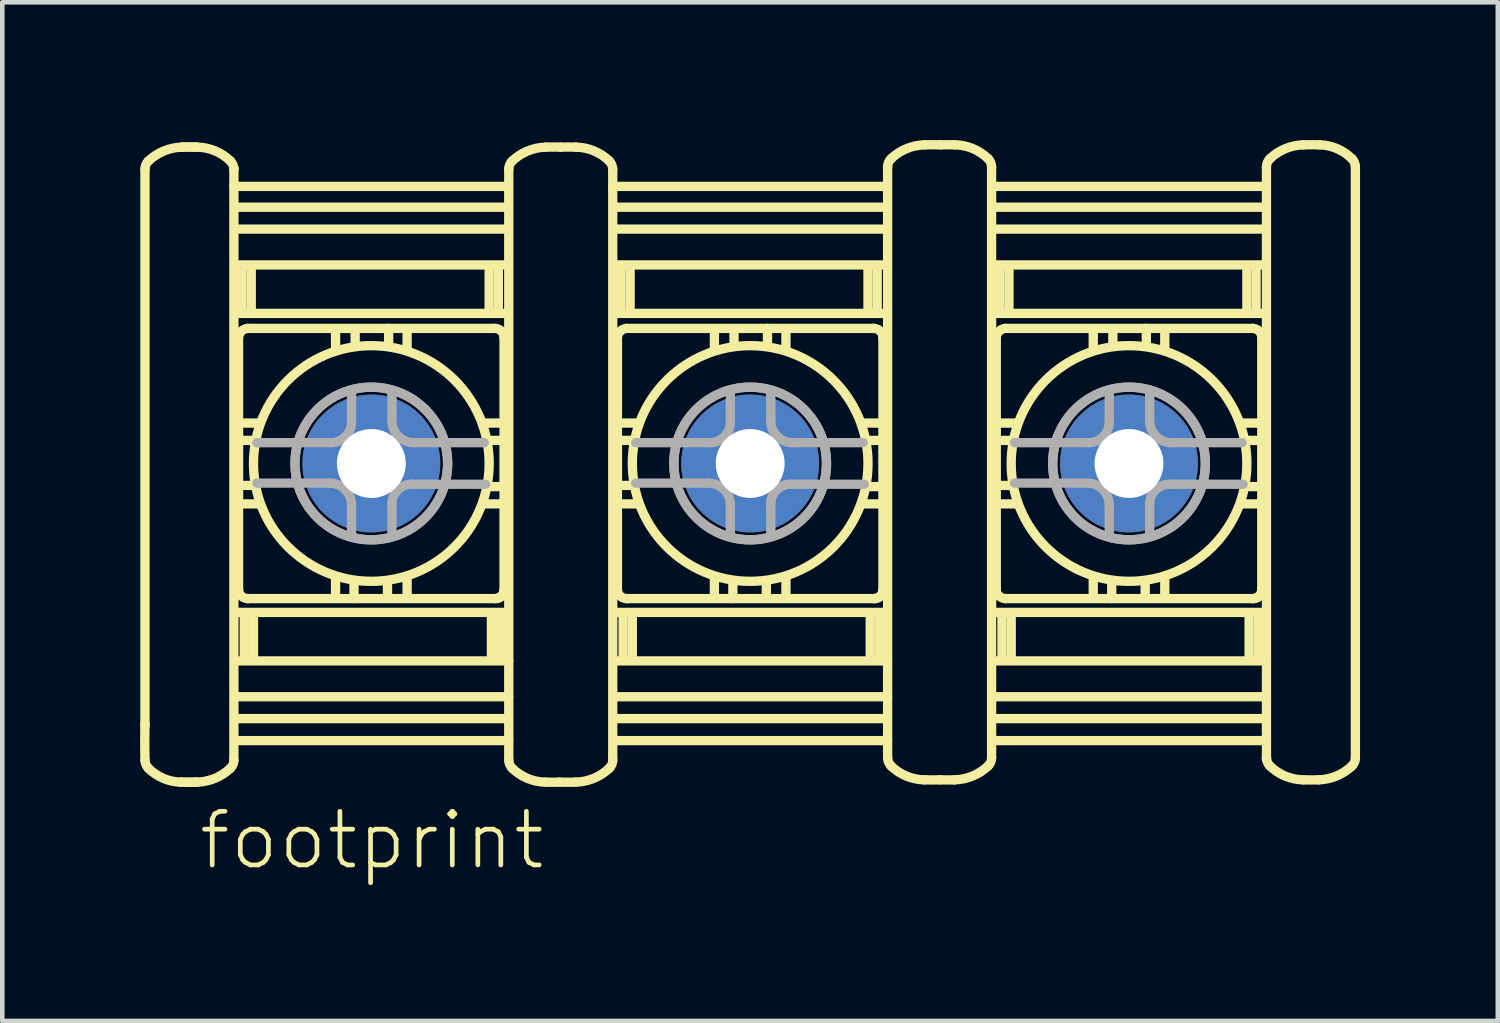
<source format=kicad_pcb>
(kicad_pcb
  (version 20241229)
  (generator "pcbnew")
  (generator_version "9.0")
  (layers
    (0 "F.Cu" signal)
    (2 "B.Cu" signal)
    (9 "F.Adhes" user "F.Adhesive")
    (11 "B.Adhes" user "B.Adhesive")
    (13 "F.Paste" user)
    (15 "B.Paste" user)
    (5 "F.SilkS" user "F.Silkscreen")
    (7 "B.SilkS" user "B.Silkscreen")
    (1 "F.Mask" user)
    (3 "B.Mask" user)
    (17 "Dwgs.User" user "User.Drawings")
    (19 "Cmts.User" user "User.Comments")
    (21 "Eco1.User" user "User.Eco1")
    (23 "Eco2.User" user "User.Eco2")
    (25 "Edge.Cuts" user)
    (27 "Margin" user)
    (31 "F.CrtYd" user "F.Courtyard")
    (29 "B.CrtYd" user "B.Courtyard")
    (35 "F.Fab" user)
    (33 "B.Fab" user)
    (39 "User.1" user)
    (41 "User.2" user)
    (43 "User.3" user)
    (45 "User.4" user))
  (footprint "footprint"
    (layer "F.Cu")
    (at 13.286 7.043)
    (property "Reference" "footprint" (at -12.06 8.89 0) (layer "F.SilkS") (effects (font (size 1.168 1.168) (thickness 0.102)) (justify left bottom)))
    (fp_line (start -13.179 -6.411) (end -13.179 5.682) (stroke (width 0.203) (type solid)) (layer "F.SilkS"))
    (fp_line (start -13.179 5.682) (end -13.179 5.707) (stroke (width 0.203) (type solid)) (layer "F.SilkS"))
    (fp_line (start -11.243 -6.411) (end -11.243 -6.436) (stroke (width 0.203) (type solid)) (layer "F.SilkS"))
    (fp_line (start -11.243 6.461) (end -11.243 -6.411) (stroke (width 0.203) (type solid)) (layer "F.SilkS"))
    (fp_line (start -11.217 3.243) (end -5.308 3.243) (stroke (width 0.203) (type solid)) (layer "F.SilkS"))
    (fp_line (start -11.217 4.299) (end -5.258 4.299) (stroke (width 0.203) (type solid)) (layer "F.SilkS"))
    (fp_line (start -11.217 5.079) (end -5.258 5.079) (stroke (width 0.203) (type solid)) (layer "F.SilkS"))
    (fp_line (start -11.217 5.556) (end -5.283 5.556) (stroke (width 0.203) (type solid)) (layer "F.SilkS"))
    (fp_line (start -11.217 6.034) (end -5.258 6.034) (stroke (width 0.203) (type solid)) (layer "F.SilkS"))
    (fp_line (start -11.192 0.88) (end -10.689 0.88) (stroke (width 0.203) (type solid)) (layer "F.SilkS"))
    (fp_line (start -11.141 -2.741) (end -11.141 2.74) (stroke (width 0.203) (type solid)) (layer "F.SilkS"))
    (fp_line (start -11.116 -0.88) (end -10.689 -0.88) (stroke (width 0.203) (type solid)) (layer "F.SilkS"))
    (fp_line (start -11.116 -0.503) (end -10.789 -0.503) (stroke (width 0.203) (type solid)) (layer "F.SilkS"))
    (fp_line (start -11.116 0.478) (end -10.789 0.478) (stroke (width 0.203) (type solid)) (layer "F.SilkS"))
    (fp_line (start -11.065 -3.319) (end -11.065 -4.299) (stroke (width 0.203) (type solid)) (layer "F.SilkS"))
    (fp_line (start -11.016 3.268) (end -11.016 4.274) (stroke (width 0.203) (type solid)) (layer "F.SilkS"))
    (fp_line (start -10.94 2.942) (end -10.94 2.942) (stroke (width 0.203) (type solid)) (layer "F.SilkS"))
    (fp_line (start -10.94 2.942) (end -5.535 2.942) (stroke (width 0.203) (type solid)) (layer "F.SilkS"))
    (fp_line (start -10.865 -3.294) (end -10.865 -4.274) (stroke (width 0.203) (type solid)) (layer "F.SilkS"))
    (fp_line (start -10.816 3.293) (end -10.816 4.274) (stroke (width 0.203) (type solid)) (layer "F.SilkS"))
    (fp_line (start -9.029 -2.464) (end -9.029 -2.917) (stroke (width 0.203) (type solid)) (layer "F.SilkS"))
    (fp_line (start -9.029 2.917) (end -9.029 2.489) (stroke (width 0.203) (type solid)) (layer "F.SilkS"))
    (fp_line (start -8.627 2.942) (end -8.627 2.564) (stroke (width 0.203) (type solid)) (layer "F.SilkS"))
    (fp_line (start -8.602 -2.564) (end -8.602 -2.917) (stroke (width 0.203) (type solid)) (layer "F.SilkS"))
    (fp_line (start -7.898 2.564) (end -7.898 2.917) (stroke (width 0.203) (type solid)) (layer "F.SilkS"))
    (fp_line (start -7.873 -2.942) (end -7.873 -2.564) (stroke (width 0.203) (type solid)) (layer "F.SilkS"))
    (fp_line (start -7.471 -2.917) (end -7.471 -2.489) (stroke (width 0.203) (type solid)) (layer "F.SilkS"))
    (fp_line (start -7.471 2.464) (end -7.471 2.917) (stroke (width 0.203) (type solid)) (layer "F.SilkS"))
    (fp_line (start -5.684 -3.319) (end -5.684 -4.274) (stroke (width 0.203) (type solid)) (layer "F.SilkS"))
    (fp_line (start -5.635 3.294) (end -5.635 4.274) (stroke (width 0.203) (type solid)) (layer "F.SilkS"))
    (fp_line (start -5.561 -2.942) (end -10.942 -2.942) (stroke (width 0.203) (type solid)) (layer "F.SilkS"))
    (fp_line (start -5.484 -3.294) (end -5.484 -4.249) (stroke (width 0.203) (type solid)) (layer "F.SilkS"))
    (fp_line (start -5.436 3.293) (end -5.436 4.274) (stroke (width 0.203) (type solid)) (layer "F.SilkS"))
    (fp_line (start -5.384 -0.88) (end -5.811 -0.88) (stroke (width 0.203) (type solid)) (layer "F.SilkS"))
    (fp_line (start -5.384 -0.503) (end -5.686 -0.503) (stroke (width 0.203) (type solid)) (layer "F.SilkS"))
    (fp_line (start -5.384 0.503) (end -5.711 0.503) (stroke (width 0.203) (type solid)) (layer "F.SilkS"))
    (fp_line (start -5.384 0.88) (end -5.811 0.88) (stroke (width 0.203) (type solid)) (layer "F.SilkS"))
    (fp_line (start -5.359 2.766) (end -5.359 -2.74) (stroke (width 0.203) (type solid)) (layer "F.SilkS"))
    (fp_line (start -5.307 -5.581) (end -11.215 -5.581) (stroke (width 0.203) (type solid)) (layer "F.SilkS"))
    (fp_line (start -5.307 -5.104) (end -11.215 -5.104) (stroke (width 0.203) (type solid)) (layer "F.SilkS"))
    (fp_line (start -5.307 -4.324) (end -11.215 -4.324) (stroke (width 0.203) (type solid)) (layer "F.SilkS"))
    (fp_line (start -5.307 -3.268) (end -11.165 -3.268) (stroke (width 0.203) (type solid)) (layer "F.SilkS"))
    (fp_line (start -5.283 -6.034) (end -11.242 -6.034) (stroke (width 0.203) (type solid)) (layer "F.SilkS"))
    (fp_line (start -5.257 -6.411) (end -5.257 6.462) (stroke (width 0.203) (type solid)) (layer "F.SilkS"))
    (fp_line (start -2.993 6.461) (end -2.993 -6.411) (stroke (width 0.203) (type solid)) (layer "F.SilkS"))
    (fp_line (start -2.967 3.243) (end 2.942 3.243) (stroke (width 0.203) (type solid)) (layer "F.SilkS"))
    (fp_line (start -2.967 4.299) (end 2.992 4.299) (stroke (width 0.203) (type solid)) (layer "F.SilkS"))
    (fp_line (start -2.967 5.079) (end 2.992 5.079) (stroke (width 0.203) (type solid)) (layer "F.SilkS"))
    (fp_line (start -2.967 5.556) (end 2.967 5.556) (stroke (width 0.203) (type solid)) (layer "F.SilkS"))
    (fp_line (start -2.967 6.034) (end 2.992 6.034) (stroke (width 0.203) (type solid)) (layer "F.SilkS"))
    (fp_line (start -2.942 0.88) (end -2.439 0.88) (stroke (width 0.203) (type solid)) (layer "F.SilkS"))
    (fp_line (start -2.891 -2.741) (end -2.891 2.74) (stroke (width 0.203) (type solid)) (layer "F.SilkS"))
    (fp_line (start -2.866 -0.88) (end -2.439 -0.88) (stroke (width 0.203) (type solid)) (layer "F.SilkS"))
    (fp_line (start -2.866 -0.503) (end -2.539 -0.503) (stroke (width 0.203) (type solid)) (layer "F.SilkS"))
    (fp_line (start -2.866 0.478) (end -2.539 0.478) (stroke (width 0.203) (type solid)) (layer "F.SilkS"))
    (fp_line (start -2.814 -3.319) (end -2.814 -4.299) (stroke (width 0.203) (type solid)) (layer "F.SilkS"))
    (fp_line (start -2.766 3.268) (end -2.766 4.274) (stroke (width 0.203) (type solid)) (layer "F.SilkS"))
    (fp_line (start -2.69 2.942) (end -2.69 2.942) (stroke (width 0.203) (type solid)) (layer "F.SilkS"))
    (fp_line (start -2.69 2.942) (end 2.715 2.942) (stroke (width 0.203) (type solid)) (layer "F.SilkS"))
    (fp_line (start -2.615 -3.294) (end -2.615 -4.274) (stroke (width 0.203) (type solid)) (layer "F.SilkS"))
    (fp_line (start -2.566 3.293) (end -2.566 4.274) (stroke (width 0.203) (type solid)) (layer "F.SilkS"))
    (fp_line (start -0.779 -2.464) (end -0.779 -2.917) (stroke (width 0.203) (type solid)) (layer "F.SilkS"))
    (fp_line (start -0.779 2.917) (end -0.779 2.489) (stroke (width 0.203) (type solid)) (layer "F.SilkS"))
    (fp_line (start -0.377 2.942) (end -0.377 2.564) (stroke (width 0.203) (type solid)) (layer "F.SilkS"))
    (fp_line (start -0.352 -2.564) (end -0.352 -2.917) (stroke (width 0.203) (type solid)) (layer "F.SilkS"))
    (fp_line (start 0.352 2.564) (end 0.352 2.917) (stroke (width 0.203) (type solid)) (layer "F.SilkS"))
    (fp_line (start 0.377 -2.942) (end 0.377 -2.564) (stroke (width 0.203) (type solid)) (layer "F.SilkS"))
    (fp_line (start 0.779 -2.917) (end 0.779 -2.489) (stroke (width 0.203) (type solid)) (layer "F.SilkS"))
    (fp_line (start 0.779 2.464) (end 0.779 2.917) (stroke (width 0.203) (type solid)) (layer "F.SilkS"))
    (fp_line (start 2.566 -3.319) (end 2.566 -4.274) (stroke (width 0.203) (type solid)) (layer "F.SilkS"))
    (fp_line (start 2.615 3.294) (end 2.615 4.274) (stroke (width 0.203) (type solid)) (layer "F.SilkS"))
    (fp_line (start 2.689 -2.942) (end -2.692 -2.942) (stroke (width 0.203) (type solid)) (layer "F.SilkS"))
    (fp_line (start 2.766 -3.294) (end 2.766 -4.249) (stroke (width 0.203) (type solid)) (layer "F.SilkS"))
    (fp_line (start 2.814 3.293) (end 2.814 4.274) (stroke (width 0.203) (type solid)) (layer "F.SilkS"))
    (fp_line (start 2.866 -0.88) (end 2.439 -0.88) (stroke (width 0.203) (type solid)) (layer "F.SilkS"))
    (fp_line (start 2.866 -0.503) (end 2.564 -0.503) (stroke (width 0.203) (type solid)) (layer "F.SilkS"))
    (fp_line (start 2.866 0.503) (end 2.539 0.503) (stroke (width 0.203) (type solid)) (layer "F.SilkS"))
    (fp_line (start 2.866 0.88) (end 2.439 0.88) (stroke (width 0.203) (type solid)) (layer "F.SilkS"))
    (fp_line (start 2.891 2.766) (end 2.891 -2.74) (stroke (width 0.203) (type solid)) (layer "F.SilkS"))
    (fp_line (start 2.943 -5.581) (end -2.965 -5.581) (stroke (width 0.203) (type solid)) (layer "F.SilkS"))
    (fp_line (start 2.943 -5.104) (end -2.965 -5.104) (stroke (width 0.203) (type solid)) (layer "F.SilkS"))
    (fp_line (start 2.943 -4.324) (end -2.965 -4.324) (stroke (width 0.203) (type solid)) (layer "F.SilkS"))
    (fp_line (start 2.943 -3.268) (end -2.915 -3.268) (stroke (width 0.203) (type solid)) (layer "F.SilkS"))
    (fp_line (start 2.967 -6.034) (end -2.992 -6.034) (stroke (width 0.203) (type solid)) (layer "F.SilkS"))
    (fp_line (start 2.993 -6.461) (end 2.993 6.411) (stroke (width 0.203) (type solid)) (layer "F.SilkS"))
    (fp_line (start 5.257 6.411) (end 5.257 -6.462) (stroke (width 0.203) (type solid)) (layer "F.SilkS"))
    (fp_line (start 5.283 3.243) (end 11.192 3.243) (stroke (width 0.203) (type solid)) (layer "F.SilkS"))
    (fp_line (start 5.283 4.299) (end 11.242 4.299) (stroke (width 0.203) (type solid)) (layer "F.SilkS"))
    (fp_line (start 5.283 5.079) (end 11.242 5.079) (stroke (width 0.203) (type solid)) (layer "F.SilkS"))
    (fp_line (start 5.283 5.556) (end 11.217 5.556) (stroke (width 0.203) (type solid)) (layer "F.SilkS"))
    (fp_line (start 5.283 6.034) (end 11.242 6.034) (stroke (width 0.203) (type solid)) (layer "F.SilkS"))
    (fp_line (start 5.308 0.88) (end 5.811 0.88) (stroke (width 0.203) (type solid)) (layer "F.SilkS"))
    (fp_line (start 5.359 -2.741) (end 5.359 2.74) (stroke (width 0.203) (type solid)) (layer "F.SilkS"))
    (fp_line (start 5.384 -0.88) (end 5.811 -0.88) (stroke (width 0.203) (type solid)) (layer "F.SilkS"))
    (fp_line (start 5.384 -0.503) (end 5.711 -0.503) (stroke (width 0.203) (type solid)) (layer "F.SilkS"))
    (fp_line (start 5.384 0.478) (end 5.711 0.478) (stroke (width 0.203) (type solid)) (layer "F.SilkS"))
    (fp_line (start 5.436 -3.319) (end 5.436 -4.299) (stroke (width 0.203) (type solid)) (layer "F.SilkS"))
    (fp_line (start 5.484 3.268) (end 5.484 4.274) (stroke (width 0.203) (type solid)) (layer "F.SilkS"))
    (fp_line (start 5.56 2.942) (end 5.56 2.942) (stroke (width 0.203) (type solid)) (layer "F.SilkS"))
    (fp_line (start 5.56 2.942) (end 10.965 2.942) (stroke (width 0.203) (type solid)) (layer "F.SilkS"))
    (fp_line (start 5.635 -3.294) (end 5.635 -4.274) (stroke (width 0.203) (type solid)) (layer "F.SilkS"))
    (fp_line (start 5.684 3.293) (end 5.684 4.274) (stroke (width 0.203) (type solid)) (layer "F.SilkS"))
    (fp_line (start 7.471 -2.464) (end 7.471 -2.917) (stroke (width 0.203) (type solid)) (layer "F.SilkS"))
    (fp_line (start 7.471 2.917) (end 7.471 2.489) (stroke (width 0.203) (type solid)) (layer "F.SilkS"))
    (fp_line (start 7.873 2.942) (end 7.873 2.564) (stroke (width 0.203) (type solid)) (layer "F.SilkS"))
    (fp_line (start 7.898 -2.564) (end 7.898 -2.917) (stroke (width 0.203) (type solid)) (layer "F.SilkS"))
    (fp_line (start 8.602 2.564) (end 8.602 2.917) (stroke (width 0.203) (type solid)) (layer "F.SilkS"))
    (fp_line (start 8.627 -2.942) (end 8.627 -2.564) (stroke (width 0.203) (type solid)) (layer "F.SilkS"))
    (fp_line (start 9.029 -2.917) (end 9.029 -2.489) (stroke (width 0.203) (type solid)) (layer "F.SilkS"))
    (fp_line (start 9.029 2.464) (end 9.029 2.917) (stroke (width 0.203) (type solid)) (layer "F.SilkS"))
    (fp_line (start 10.816 -3.319) (end 10.816 -4.274) (stroke (width 0.203) (type solid)) (layer "F.SilkS"))
    (fp_line (start 10.865 3.294) (end 10.865 4.274) (stroke (width 0.203) (type solid)) (layer "F.SilkS"))
    (fp_line (start 10.939 -2.942) (end 5.558 -2.942) (stroke (width 0.203) (type solid)) (layer "F.SilkS"))
    (fp_line (start 11.016 -3.294) (end 11.016 -4.249) (stroke (width 0.203) (type solid)) (layer "F.SilkS"))
    (fp_line (start 11.065 3.293) (end 11.065 4.274) (stroke (width 0.203) (type solid)) (layer "F.SilkS"))
    (fp_line (start 11.116 -0.88) (end 10.689 -0.88) (stroke (width 0.203) (type solid)) (layer "F.SilkS"))
    (fp_line (start 11.116 -0.503) (end 10.815 -0.503) (stroke (width 0.203) (type solid)) (layer "F.SilkS"))
    (fp_line (start 11.116 0.503) (end 10.789 0.503) (stroke (width 0.203) (type solid)) (layer "F.SilkS"))
    (fp_line (start 11.116 0.88) (end 10.689 0.88) (stroke (width 0.203) (type solid)) (layer "F.SilkS"))
    (fp_line (start 11.141 2.766) (end 11.141 -2.74) (stroke (width 0.203) (type solid)) (layer "F.SilkS"))
    (fp_line (start 11.193 -5.581) (end 5.285 -5.581) (stroke (width 0.203) (type solid)) (layer "F.SilkS"))
    (fp_line (start 11.193 -5.104) (end 5.285 -5.104) (stroke (width 0.203) (type solid)) (layer "F.SilkS"))
    (fp_line (start 11.193 -4.324) (end 5.285 -4.324) (stroke (width 0.203) (type solid)) (layer "F.SilkS"))
    (fp_line (start 11.193 -3.268) (end 5.335 -3.268) (stroke (width 0.203) (type solid)) (layer "F.SilkS"))
    (fp_line (start 11.217 -6.034) (end 5.258 -6.034) (stroke (width 0.203) (type solid)) (layer "F.SilkS"))
    (fp_line (start 11.243 -6.461) (end 11.243 6.411) (stroke (width 0.203) (type solid)) (layer "F.SilkS"))
    (fp_line (start 11.243 6.411) (end 11.243 6.436) (stroke (width 0.203) (type solid)) (layer "F.SilkS"))
    (fp_line (start 13.179 6.411) (end 13.179 -6.461) (stroke (width 0.203) (type solid)) (layer "F.SilkS"))
    (fp_arc (start -13.1793 -6.4114) (mid -13.15964 -6.507115) (end -13.103799 -6.5873) (stroke (width 0.2032) (type solid)) (layer "F.SilkS"))
    (fp_arc (start -13.1793 6.4614) (mid -13.184282 6.0717) (end -13.1793 5.682) (stroke (width 0.2032) (type solid)) (layer "F.SilkS"))
    (fp_arc (start -13.1038 -6.5873) (mid -12.767278 -6.805911) (end -12.3747 -6.8891) (stroke (width 0.2032) (type solid)) (layer "F.SilkS"))
    (fp_arc (start -13.1038 6.6373) (mid -13.158454 6.556605) (end -13.1793 6.461399) (stroke (width 0.2032) (type solid)) (layer "F.SilkS"))
    (fp_arc (start -12.3999 6.9391) (mid -12.780904 6.855963) (end -13.1038 6.6373) (stroke (width 0.2032) (type solid)) (layer "F.SilkS"))
    (fp_arc (start -12.3747 -6.8891) (mid -12.21125 -6.891161) (end -12.0478 -6.8891) (stroke (width 0.2032) (type solid)) (layer "F.SilkS"))
    (fp_arc (start -12.3747 -6.8891) (mid -12.21125 -6.891161) (end -12.0478 -6.8891) (stroke (width 0.2032) (type solid)) (layer "F.SilkS"))
    (fp_arc (start -12.0479 6.9391) (mid -12.2239 6.94132) (end -12.3999 6.9391) (stroke (width 0.2032) (type solid)) (layer "F.SilkS"))
    (fp_arc (start -12.0479 6.9391) (mid -12.2239 6.94132) (end -12.3999 6.9391) (stroke (width 0.2032) (type solid)) (layer "F.SilkS"))
    (fp_arc (start -12.0478 -6.8891) (mid -11.654249 -6.808371) (end -11.318799 -6.5873) (stroke (width 0.2032) (type solid)) (layer "F.SilkS"))
    (fp_arc (start -11.3188 -6.5873) (mid -11.264146 -6.506605) (end -11.2433 -6.4114) (stroke (width 0.2032) (type solid)) (layer "F.SilkS"))
    (fp_arc (start -11.3188 6.6373) (mid -11.655328 6.855897) (end -12.0479 6.9391) (stroke (width 0.2032) (type solid)) (layer "F.SilkS"))
    (fp_arc (start -11.2433 6.4614) (mid -11.26296 6.557114) (end -11.3188 6.637299) (stroke (width 0.2032) (type solid)) (layer "F.SilkS"))
    (fp_arc (start -11.141301 -2.7406) (mid -11.079504 -2.87897) (end -10.9416 -2.9418) (stroke (width 0.2032) (type solid)) (layer "F.SilkS"))
    (fp_arc (start -10.9401 2.9416) (mid -11.08237 2.88267) (end -11.1413 2.7404) (stroke (width 0.2032) (type solid)) (layer "F.SilkS"))
    (fp_arc (start -5.5599 -2.9417) (mid -5.41763 -2.88277) (end -5.3587 -2.7405) (stroke (width 0.2032) (type solid)) (layer "F.SilkS"))
    (fp_arc (start -5.3587 2.7657) (mid -5.41022 2.89008) (end -5.5346 2.9416) (stroke (width 0.2032) (type solid)) (layer "F.SilkS"))
    (fp_arc (start -5.3572 2.7406) (mid -5.41613 2.88287) (end -5.5584 2.9418) (stroke (width 0.2032) (type solid)) (layer "F.SilkS"))
    (fp_arc (start -5.2567 -6.4111) (mid -5.23704 -6.506815) (end -5.181199 -6.587) (stroke (width 0.2032) (type solid)) (layer "F.SilkS"))
    (fp_arc (start -5.1812 -6.587) (mid -4.844672 -6.805598) (end -4.4521 -6.888801) (stroke (width 0.2032) (type solid)) (layer "F.SilkS"))
    (fp_arc (start -5.1812 6.6376) (mid -5.235854 6.556905) (end -5.2567 6.461699) (stroke (width 0.2032) (type solid)) (layer "F.SilkS"))
    (fp_arc (start -4.4522 6.9394) (mid -4.845751 6.858671) (end -5.181201 6.6376) (stroke (width 0.2032) (type solid)) (layer "F.SilkS"))
    (fp_arc (start -4.4521 -6.8888) (mid -4.289401 -6.890883) (end -4.1267 -6.8889) (stroke (width 0.2032) (type solid)) (layer "F.SilkS"))
    (fp_arc (start -4.1519 6.9392) (mid -4.302049 6.941177) (end -4.4522 6.9394) (stroke (width 0.2032) (type solid)) (layer "F.SilkS"))
    (fp_arc (start -4.1267 -6.8889) (mid -3.962251 -6.891055) (end -3.7978 -6.8891) (stroke (width 0.2032) (type solid)) (layer "F.SilkS"))
    (fp_arc (start -3.7979 6.9391) (mid -3.974899 6.941362) (end -4.1519 6.9392) (stroke (width 0.2032) (type solid)) (layer "F.SilkS"))
    (fp_arc (start -3.7978 -6.8891) (mid -3.404249 -6.808371) (end -3.068799 -6.5873) (stroke (width 0.2032) (type solid)) (layer "F.SilkS"))
    (fp_arc (start -3.0688 -6.5873) (mid -3.014146 -6.506605) (end -2.9933 -6.4114) (stroke (width 0.2032) (type solid)) (layer "F.SilkS"))
    (fp_arc (start -3.0688 6.6373) (mid -3.405328 6.855897) (end -3.7979 6.9391) (stroke (width 0.2032) (type solid)) (layer "F.SilkS"))
    (fp_arc (start -2.9933 6.4614) (mid -3.01296 6.557114) (end -3.0688 6.637299) (stroke (width 0.2032) (type solid)) (layer "F.SilkS"))
    (fp_arc (start -2.891301 -2.7406) (mid -2.829504 -2.87897) (end -2.6916 -2.9418) (stroke (width 0.2032) (type solid)) (layer "F.SilkS"))
    (fp_arc (start -2.6901 2.9416) (mid -2.83237 2.88267) (end -2.8913 2.7404) (stroke (width 0.2032) (type solid)) (layer "F.SilkS"))
    (fp_arc (start 2.6901 -2.9417) (mid 2.83237 -2.88277) (end 2.8913 -2.7405) (stroke (width 0.2032) (type solid)) (layer "F.SilkS"))
    (fp_arc (start 2.8913 2.7657) (mid 2.83978 2.89008) (end 2.7154 2.9416) (stroke (width 0.2032) (type solid)) (layer "F.SilkS"))
    (fp_arc (start 2.8928 2.7406) (mid 2.83387 2.88287) (end 2.6916 2.9418) (stroke (width 0.2032) (type solid)) (layer "F.SilkS"))
    (fp_arc (start 2.9933 -6.4614) (mid 3.01296 -6.557114) (end 3.0688 -6.637299) (stroke (width 0.2032) (type solid)) (layer "F.SilkS"))
    (fp_arc (start 3.0688 -6.6373) (mid 3.405328 -6.855897) (end 3.7979 -6.9391) (stroke (width 0.2032) (type solid)) (layer "F.SilkS"))
    (fp_arc (start 3.0688 6.5873) (mid 3.014146 6.506605) (end 2.9933 6.4114) (stroke (width 0.2032) (type solid)) (layer "F.SilkS"))
    (fp_arc (start 3.7978 6.8891) (mid 3.404249 6.808371) (end 3.068799 6.5873) (stroke (width 0.2032) (type solid)) (layer "F.SilkS"))
    (fp_arc (start 3.7979 -6.9391) (mid 3.974899 -6.941362) (end 4.1519 -6.9392) (stroke (width 0.2032) (type solid)) (layer "F.SilkS"))
    (fp_arc (start 4.1267 6.8889) (mid 3.962251 6.891055) (end 3.7978 6.8891) (stroke (width 0.2032) (type solid)) (layer "F.SilkS"))
    (fp_arc (start 4.1519 -6.9392) (mid 4.302049 -6.941177) (end 4.4522 -6.9394) (stroke (width 0.2032) (type solid)) (layer "F.SilkS"))
    (fp_arc (start 4.4521 6.8888) (mid 4.289401 6.890883) (end 4.1267 6.8889) (stroke (width 0.2032) (type solid)) (layer "F.SilkS"))
    (fp_arc (start 4.4522 -6.9394) (mid 4.845751 -6.858671) (end 5.181201 -6.6376) (stroke (width 0.2032) (type solid)) (layer "F.SilkS"))
    (fp_arc (start 5.1812 -6.6376) (mid 5.235854 -6.556905) (end 5.2567 -6.461699) (stroke (width 0.2032) (type solid)) (layer "F.SilkS"))
    (fp_arc (start 5.1812 6.587) (mid 4.844672 6.805598) (end 4.4521 6.888801) (stroke (width 0.2032) (type solid)) (layer "F.SilkS"))
    (fp_arc (start 5.2567 6.4111) (mid 5.23704 6.506815) (end 5.181199 6.587) (stroke (width 0.2032) (type solid)) (layer "F.SilkS"))
    (fp_arc (start 5.358699 -2.740601) (mid 5.420497 -2.87897) (end 5.5584 -2.9418) (stroke (width 0.2032) (type solid)) (layer "F.SilkS"))
    (fp_arc (start 5.5599 2.9416) (mid 5.41763 2.88267) (end 5.3587 2.7404) (stroke (width 0.2032) (type solid)) (layer "F.SilkS"))
    (fp_arc (start 10.9401 -2.9417) (mid 11.08237 -2.88277) (end 11.1413 -2.7405) (stroke (width 0.2032) (type solid)) (layer "F.SilkS"))
    (fp_arc (start 11.1413 2.7657) (mid 11.08978 2.89008) (end 10.9654 2.9416) (stroke (width 0.2032) (type solid)) (layer "F.SilkS"))
    (fp_arc (start 11.1428 2.7406) (mid 11.08387 2.88287) (end 10.9416 2.9418) (stroke (width 0.2032) (type solid)) (layer "F.SilkS"))
    (fp_arc (start 11.2433 -6.4614) (mid 11.26296 -6.557114) (end 11.3188 -6.637299) (stroke (width 0.2032) (type solid)) (layer "F.SilkS"))
    (fp_arc (start 11.3188 -6.6373) (mid 11.655328 -6.855897) (end 12.0479 -6.9391) (stroke (width 0.2032) (type solid)) (layer "F.SilkS"))
    (fp_arc (start 11.3188 6.5873) (mid 11.264146 6.506605) (end 11.2433 6.4114) (stroke (width 0.2032) (type solid)) (layer "F.SilkS"))
    (fp_arc (start 12.0478 6.8891) (mid 11.654249 6.808371) (end 11.318799 6.5873) (stroke (width 0.2032) (type solid)) (layer "F.SilkS"))
    (fp_arc (start 12.0479 -6.9391) (mid 12.2239 -6.94132) (end 12.3999 -6.9391) (stroke (width 0.2032) (type solid)) (layer "F.SilkS"))
    (fp_arc (start 12.3747 6.8891) (mid 12.21125 6.891161) (end 12.0478 6.8891) (stroke (width 0.2032) (type solid)) (layer "F.SilkS"))
    (fp_arc (start 12.3999 -6.9391) (mid 12.780904 -6.855963) (end 13.1038 -6.6373) (stroke (width 0.2032) (type solid)) (layer "F.SilkS"))
    (fp_arc (start 13.1038 -6.6373) (mid 13.158454 -6.556605) (end 13.1793 -6.461399) (stroke (width 0.2032) (type solid)) (layer "F.SilkS"))
    (fp_arc (start 13.1038 6.5873) (mid 12.767278 6.805911) (end 12.3747 6.8891) (stroke (width 0.2032) (type solid)) (layer "F.SilkS"))
    (fp_arc (start 13.1793 6.4114) (mid 13.15964 6.507115) (end 13.103799 6.5873) (stroke (width 0.2032) (type solid)) (layer "F.SilkS"))
    (fp_circle (center -8.25 0) (end -5.684 0) (stroke (width 0.203) (type solid)) (fill no) (layer "F.SilkS"))
    (fp_circle (center 0 0) (end 2.566 0) (stroke (width 0.203) (type solid)) (fill no) (layer "F.SilkS"))
    (fp_circle (center 8.25 0) (end 10.816 0) (stroke (width 0.203) (type solid)) (fill no) (layer "F.SilkS"))
    (fp_line (start -10.742 -0.453) (end -9.133 -0.453) (stroke (width 0.203) (type solid)) (layer "F.Fab"))
    (fp_line (start -10.742 0.427) (end -9.159 0.427) (stroke (width 0.203) (type solid)) (layer "F.Fab"))
    (fp_line (start -8.681 -0.905) (end -8.681 -1.584) (stroke (width 0.203) (type solid)) (layer "F.Fab"))
    (fp_line (start -8.681 0.905) (end -8.681 1.559) (stroke (width 0.203) (type solid)) (layer "F.Fab"))
    (fp_line (start -7.801 -0.93) (end -7.801 -1.559) (stroke (width 0.203) (type solid)) (layer "F.Fab"))
    (fp_line (start -7.801 0.88) (end -7.801 1.559) (stroke (width 0.203) (type solid)) (layer "F.Fab"))
    (fp_line (start -5.79 -0.453) (end -7.323 -0.453) (stroke (width 0.203) (type solid)) (layer "F.Fab"))
    (fp_line (start -5.764 0.453) (end -7.373 0.453) (stroke (width 0.203) (type solid)) (layer "F.Fab"))
    (fp_line (start -2.493 -0.453) (end -0.883 -0.453) (stroke (width 0.203) (type solid)) (layer "F.Fab"))
    (fp_line (start -2.493 0.427) (end -0.908 0.427) (stroke (width 0.203) (type solid)) (layer "F.Fab"))
    (fp_line (start -0.431 -0.905) (end -0.431 -1.584) (stroke (width 0.203) (type solid)) (layer "F.Fab"))
    (fp_line (start -0.431 0.905) (end -0.431 1.559) (stroke (width 0.203) (type solid)) (layer "F.Fab"))
    (fp_line (start 0.449 -0.93) (end 0.449 -1.559) (stroke (width 0.203) (type solid)) (layer "F.Fab"))
    (fp_line (start 0.449 0.88) (end 0.449 1.559) (stroke (width 0.203) (type solid)) (layer "F.Fab"))
    (fp_line (start 2.461 -0.453) (end 0.927 -0.453) (stroke (width 0.203) (type solid)) (layer "F.Fab"))
    (fp_line (start 2.486 0.453) (end 0.876 0.453) (stroke (width 0.203) (type solid)) (layer "F.Fab"))
    (fp_line (start 5.758 -0.453) (end 7.367 -0.453) (stroke (width 0.203) (type solid)) (layer "F.Fab"))
    (fp_line (start 5.758 0.427) (end 7.341 0.427) (stroke (width 0.203) (type solid)) (layer "F.Fab"))
    (fp_line (start 7.819 -0.905) (end 7.819 -1.584) (stroke (width 0.203) (type solid)) (layer "F.Fab"))
    (fp_line (start 7.819 0.905) (end 7.819 1.559) (stroke (width 0.203) (type solid)) (layer "F.Fab"))
    (fp_line (start 8.699 -0.93) (end 8.699 -1.559) (stroke (width 0.203) (type solid)) (layer "F.Fab"))
    (fp_line (start 8.699 0.88) (end 8.699 1.559) (stroke (width 0.203) (type solid)) (layer "F.Fab"))
    (fp_line (start 10.71 -0.453) (end 9.177 -0.453) (stroke (width 0.203) (type solid)) (layer "F.Fab"))
    (fp_line (start 10.736 0.453) (end 9.127 0.453) (stroke (width 0.203) (type solid)) (layer "F.Fab"))
    (fp_arc (start -9.1585 0.4274) (mid -8.820715 0.567315) (end -8.6808 0.9051) (stroke (width 0.2032) (type solid)) (layer "F.Fab"))
    (fp_arc (start -8.6808 -0.9051) (mid -8.813334 -0.585134) (end -9.1333 -0.4526) (stroke (width 0.2032) (type solid)) (layer "F.Fab"))
    (fp_arc (start -7.8009 0.88) (mid -7.675717 0.577783) (end -7.3735 0.4526) (stroke (width 0.2032) (type solid)) (layer "F.Fab"))
    (fp_arc (start -7.3232 -0.4526) (mid -7.660985 -0.592515) (end -7.8009 -0.9303) (stroke (width 0.2032) (type solid)) (layer "F.Fab"))
    (fp_arc (start -0.9085 0.4274) (mid -0.570715 0.567315) (end -0.4308 0.9051) (stroke (width 0.2032) (type solid)) (layer "F.Fab"))
    (fp_arc (start -0.4308 -0.9051) (mid -0.563334 -0.585134) (end -0.8833 -0.4526) (stroke (width 0.2032) (type solid)) (layer "F.Fab"))
    (fp_arc (start 0.4491 0.88) (mid 0.574283 0.577783) (end 0.8765 0.4526) (stroke (width 0.2032) (type solid)) (layer "F.Fab"))
    (fp_arc (start 0.9268 -0.4526) (mid 0.589015 -0.592515) (end 0.4491 -0.9303) (stroke (width 0.2032) (type solid)) (layer "F.Fab"))
    (fp_arc (start 7.3415 0.4274) (mid 7.679285 0.567315) (end 7.8192 0.9051) (stroke (width 0.2032) (type solid)) (layer "F.Fab"))
    (fp_arc (start 7.8192 -0.9051) (mid 7.686666 -0.585134) (end 7.3667 -0.4526) (stroke (width 0.2032) (type solid)) (layer "F.Fab"))
    (fp_arc (start 8.6991 0.88) (mid 8.824283 0.577783) (end 9.1265 0.4526) (stroke (width 0.2032) (type solid)) (layer "F.Fab"))
    (fp_arc (start 9.1768 -0.4526) (mid 8.839015 -0.592515) (end 8.6991 -0.9303) (stroke (width 0.2032) (type solid)) (layer "F.Fab"))
    (fp_circle (center -8.25 0) (end -6.588 0) (stroke (width 0.203) (type solid)) (fill no) (layer "F.Fab"))
    (fp_circle (center -8.25 0) (end -6.588 0) (stroke (width 0.203) (type solid)) (fill no) (layer "F.Fab"))
    (fp_circle (center 0 0) (end 1.662 0) (stroke (width 0.203) (type solid)) (fill no) (layer "F.Fab"))
    (fp_circle (center 0 0) (end 1.662 0) (stroke (width 0.203) (type solid)) (fill no) (layer "F.Fab"))
    (fp_circle (center 8.25 0) (end 9.912 0) (stroke (width 0.203) (type solid)) (fill no) (layer "F.Fab"))
    (fp_circle (center 8.25 0) (end 9.912 0) (stroke (width 0.203) (type solid)) (fill no) (layer "F.Fab"))
    (pad "1" thru_hole circle (at -8.25 0) (size 3 3) (drill 1.5) (layers "*.Cu" "*.Mask"))
    (pad "2" thru_hole circle (at 0 0) (size 3 3) (drill 1.5) (layers "*.Cu" "*.Mask"))
    (pad "3" thru_hole circle (at 8.25 0) (size 3 3) (drill 1.5) (layers "*.Cu" "*.Mask")))
  (gr_rect
    (start -3 -3)
    (end 29.567 19.183)
    (stroke (width 0.1) (type default))
    (fill no)
    (layer "Edge.Cuts")))
</source>
